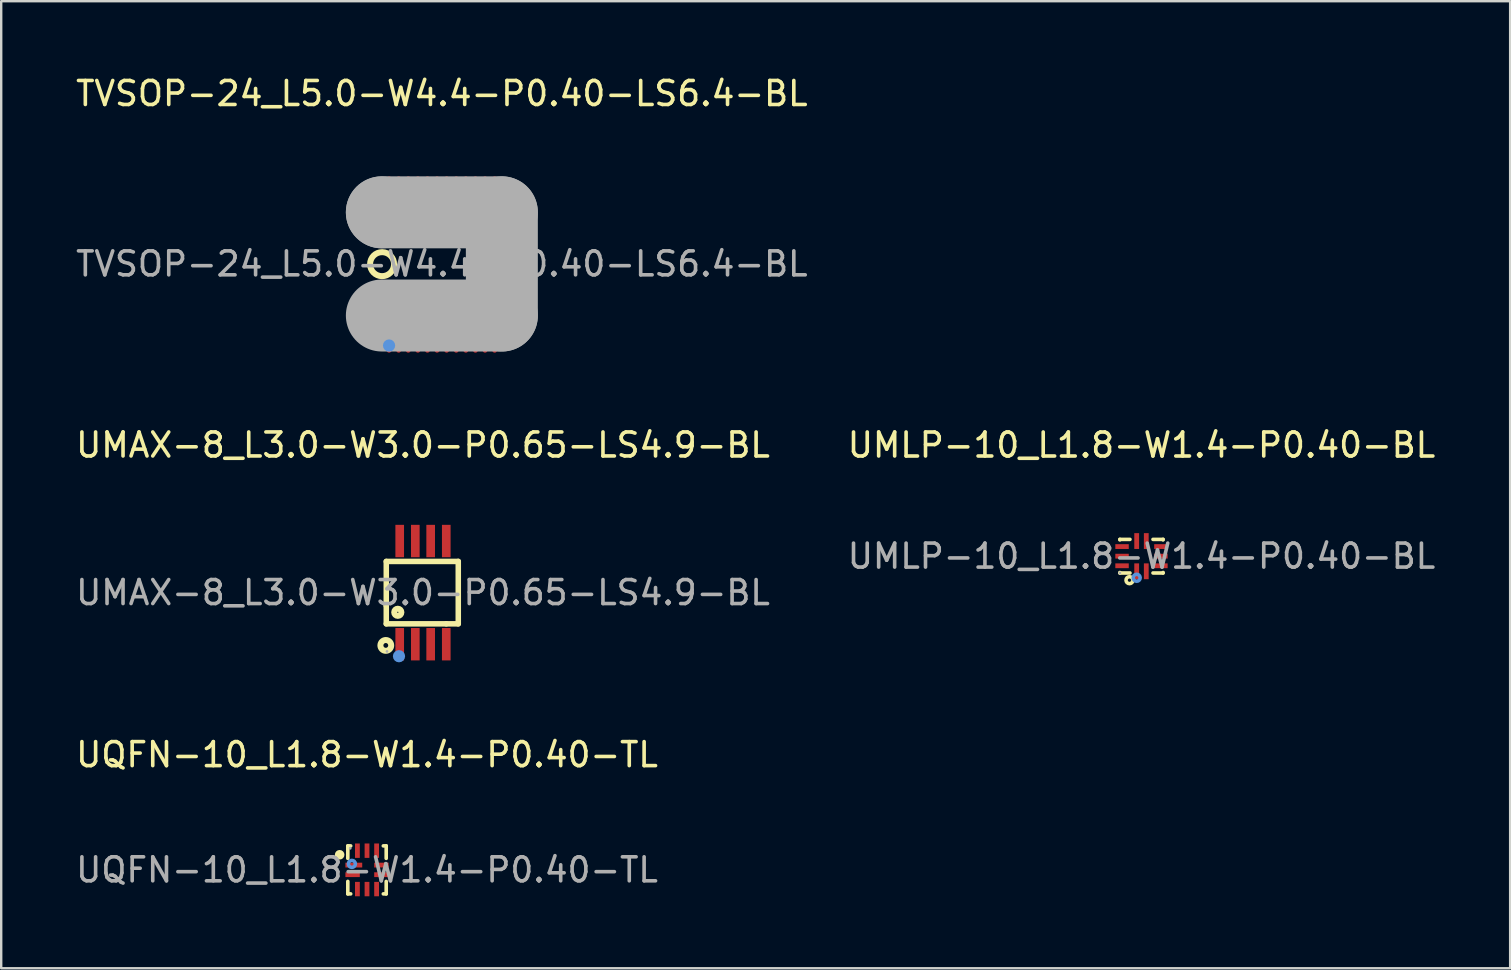
<source format=kicad_pcb>
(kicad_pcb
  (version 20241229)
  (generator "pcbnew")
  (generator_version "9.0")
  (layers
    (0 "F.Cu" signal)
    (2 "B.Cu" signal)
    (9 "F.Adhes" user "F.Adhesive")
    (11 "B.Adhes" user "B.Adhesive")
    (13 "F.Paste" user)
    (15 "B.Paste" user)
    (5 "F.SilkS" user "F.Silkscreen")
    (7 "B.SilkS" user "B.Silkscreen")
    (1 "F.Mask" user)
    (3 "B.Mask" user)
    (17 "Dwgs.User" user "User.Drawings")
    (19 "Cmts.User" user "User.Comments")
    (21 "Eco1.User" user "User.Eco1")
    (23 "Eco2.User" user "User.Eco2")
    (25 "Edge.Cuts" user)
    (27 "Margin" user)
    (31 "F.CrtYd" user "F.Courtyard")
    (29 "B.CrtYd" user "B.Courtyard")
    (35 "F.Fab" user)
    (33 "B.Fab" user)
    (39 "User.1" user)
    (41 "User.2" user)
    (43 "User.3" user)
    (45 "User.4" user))
  (footprint "UMAX-8_L3.0-W3.0-P0.65-LS4.9-BL"
    (layer "F.Cu")
    (at 14.577 21.646)
    (property "Reference" "UMAX-8_L3.0-W3.0-P0.65-LS4.9-BL" (at 0 -6.15 0) (layer "F.SilkS") (effects (font (size 1 1) (thickness 0.15))))
    (attr through_hole)
    (fp_line (start -1.53 -1.3) (end -1.53 0.55) (stroke (width 0.23) (type solid)) (layer "F.SilkS"))
    (fp_line (start -1.53 0.55) (end -1.53 1.3) (stroke (width 0.23) (type solid)) (layer "F.SilkS"))
    (fp_line (start -1.53 1.3) (end 0.97 1.3) (stroke (width 0.23) (type solid)) (layer "F.SilkS"))
    (fp_line (start 0.97 1.3) (end 1.47 1.3) (stroke (width 0.23) (type solid)) (layer "F.SilkS"))
    (fp_line (start 1.47 -1.3) (end -1.53 -1.3) (stroke (width 0.23) (type solid)) (layer "F.SilkS"))
    (fp_line (start 1.47 1.3) (end 1.47 -1.3) (stroke (width 0.23) (type solid)) (layer "F.SilkS"))
    (fp_circle (center -1.55 2.2) (end -1.45 2.2) (stroke (width 0.25) (type solid)) (fill no) (layer "F.SilkS"))
    (fp_circle (center -1.05 0.82) (end -0.9 0.82) (stroke (width 0.25) (type solid)) (fill no) (layer "F.SilkS"))
    (fp_circle (center -1 2.65) (end -0.87 2.65) (stroke (width 0.25) (type solid)) (fill no) (layer "Cmts.User"))
    (fp_circle (center -1.5 2.45) (end -1.47 2.45) (stroke (width 0.06) (type solid)) (fill no) (layer "F.Fab"))
    (fp_text user "${REFERENCE}" (at 0 0 0) (layer "F.Fab") (effects (font (size 1 1) (thickness 0.15))))
    (pad "1" smd rect (at -0.97 2.15) (size 0.36 1.35) (layers "F.Cu" "F.Mask" "F.Paste"))
    (pad "2" smd rect (at -0.32 2.15) (size 0.36 1.35) (layers "F.Cu" "F.Mask" "F.Paste"))
    (pad "3" smd rect (at 0.32 2.15) (size 0.36 1.35) (layers "F.Cu" "F.Mask" "F.Paste"))
    (pad "4" smd rect (at 0.97 2.15) (size 0.36 1.35) (layers "F.Cu" "F.Mask" "F.Paste"))
    (pad "5" smd rect (at 0.97 -2.15) (size 0.36 1.35) (layers "F.Cu" "F.Mask" "F.Paste"))
    (pad "6" smd rect (at 0.32 -2.15) (size 0.36 1.35) (layers "F.Cu" "F.Mask" "F.Paste"))
    (pad "7" smd rect (at -0.32 -2.15) (size 0.36 1.35) (layers "F.Cu" "F.Mask" "F.Paste"))
    (pad "8" smd rect (at -0.97 -2.15) (size 0.36 1.35) (layers "F.Cu" "F.Mask" "F.Paste")))
  (footprint "TVSOP-24_L5.0-W4.4-P0.40-LS6.4-BL"
    (layer "F.Cu")
    (at 15.363 7.948)
    (property "Reference" "TVSOP-24_L5.0-W4.4-P0.40-LS6.4-BL" (at 0 -7.1 0) (layer "F.SilkS") (effects (font (size 1 1) (thickness 0.15))))
    (attr through_hole)
    (fp_arc (start -2.82 2.34) (mid -2.82 2.34) (end -2.82 2.34) (stroke (width 0.3) (type solid)) (layer "F.SilkS"))
    (fp_arc (start -2.481274 -0.489924) (mid -2.494363 0.509981) (end -2.49 -0.49) (stroke (width 0.25) (type solid)) (layer "F.SilkS"))
    (fp_circle (center -2.2 3.4) (end -2.07 3.4) (stroke (width 0.25) (type solid)) (fill no) (layer "Cmts.User"))
    (fp_line (start -2.5 -2.15) (end -2.5 -2.15) (stroke (width 3) (type solid)) (layer "F.Fab"))
    (fp_line (start -2.5 -2.15) (end 2.5 -2.15) (stroke (width 3) (type solid)) (layer "F.Fab"))
    (fp_line (start 2.5 -2.15) (end 2.5 2.15) (stroke (width 3) (type solid)) (layer "F.Fab"))
    (fp_line (start 2.5 2.15) (end -2.5 2.15) (stroke (width 3) (type solid)) (layer "F.Fab"))
    (fp_circle (center -2.5 3.2) (end -2.47 3.2) (stroke (width 0.06) (type solid)) (fill no) (layer "F.Fab"))
    (fp_text user "${REFERENCE}" (at 0 0 0) (layer "F.Fab") (effects (font (size 1 1) (thickness 0.15))))
    (pad "1" smd oval (at -2.2 3.1 180) (size 0.2 1.2) (layers "F.Cu" "F.Mask" "F.Paste"))
    (pad "2" smd oval (at -1.8 3.1 180) (size 0.2 1.2) (layers "F.Cu" "F.Mask" "F.Paste"))
    (pad "3" smd oval (at -1.4 3.1 180) (size 0.2 1.2) (layers "F.Cu" "F.Mask" "F.Paste"))
    (pad "4" smd oval (at -1 3.1 180) (size 0.2 1.2) (layers "F.Cu" "F.Mask" "F.Paste"))
    (pad "5" smd oval (at -0.6 3.1 180) (size 0.2 1.2) (layers "F.Cu" "F.Mask" "F.Paste"))
    (pad "6" smd oval (at -0.2 3.1 180) (size 0.2 1.2) (layers "F.Cu" "F.Mask" "F.Paste"))
    (pad "7" smd oval (at 0.2 3.1 180) (size 0.2 1.2) (layers "F.Cu" "F.Mask" "F.Paste"))
    (pad "8" smd oval (at 0.6 3.1 180) (size 0.2 1.2) (layers "F.Cu" "F.Mask" "F.Paste"))
    (pad "9" smd oval (at 1 3.1 180) (size 0.2 1.2) (layers "F.Cu" "F.Mask" "F.Paste"))
    (pad "10" smd oval (at 1.4 3.1 180) (size 0.2 1.2) (layers "F.Cu" "F.Mask" "F.Paste"))
    (pad "11" smd oval (at 1.8 3.1 180) (size 0.2 1.2) (layers "F.Cu" "F.Mask" "F.Paste"))
    (pad "12" smd oval (at 2.2 3.1 180) (size 0.2 1.2) (layers "F.Cu" "F.Mask" "F.Paste"))
    (pad "13" smd oval (at 2.2 -3.1 180) (size 0.2 1.1) (layers "F.Cu" "F.Mask" "F.Paste"))
    (pad "14" smd oval (at 1.8 -3.1 180) (size 0.2 1.1) (layers "F.Cu" "F.Mask" "F.Paste"))
    (pad "15" smd oval (at 1.4 -3.1 180) (size 0.2 1.1) (layers "F.Cu" "F.Mask" "F.Paste"))
    (pad "16" smd oval (at 1 -3.1 180) (size 0.2 1.1) (layers "F.Cu" "F.Mask" "F.Paste"))
    (pad "17" smd oval (at 0.6 -3.1 180) (size 0.2 1.1) (layers "F.Cu" "F.Mask" "F.Paste"))
    (pad "18" smd oval (at 0.2 -3.1 180) (size 0.2 1.1) (layers "F.Cu" "F.Mask" "F.Paste"))
    (pad "19" smd oval (at -0.2 -3.1 180) (size 0.2 1.1) (layers "F.Cu" "F.Mask" "F.Paste"))
    (pad "20" smd oval (at -0.6 -3.1 180) (size 0.2 1.1) (layers "F.Cu" "F.Mask" "F.Paste"))
    (pad "21" smd oval (at -1 -3.1 180) (size 0.2 1.1) (layers "F.Cu" "F.Mask" "F.Paste"))
    (pad "22" smd oval (at -1.4 -3.1 180) (size 0.2 1.1) (layers "F.Cu" "F.Mask" "F.Paste"))
    (pad "23" smd oval (at -1.8 -3.1 180) (size 0.2 1.1) (layers "F.Cu" "F.Mask" "F.Paste"))
    (pad "24" smd oval (at -2.2 -3.1 180) (size 0.2 1.1) (layers "F.Cu" "F.Mask" "F.Paste")))
  (footprint "UMLP-10_L1.8-W1.4-P0.40-BL"
    (layer "F.Cu")
    (at 44.518 20.127)
    (property "Reference" "UMLP-10_L1.8-W1.4-P0.40-BL" (at 0 -4.63 0) (layer "F.SilkS") (effects (font (size 1 1) (thickness 0.15))))
    (attr through_hole)
    (fp_line (start -0.9 -0.7) (end -0.9 -0.68) (stroke (width 0.15) (type solid)) (layer "F.SilkS"))
    (fp_line (start -0.9 0.68) (end -0.9 0.7) (stroke (width 0.15) (type solid)) (layer "F.SilkS"))
    (fp_line (start -0.9 0.7) (end -0.48 0.7) (stroke (width 0.15) (type solid)) (layer "F.SilkS"))
    (fp_line (start -0.48 -0.7) (end -0.9 -0.7) (stroke (width 0.15) (type solid)) (layer "F.SilkS"))
    (fp_line (start 0.48 0.7) (end 0.9 0.7) (stroke (width 0.15) (type solid)) (layer "F.SilkS"))
    (fp_line (start 0.9 -0.7) (end 0.48 -0.7) (stroke (width 0.15) (type solid)) (layer "F.SilkS"))
    (fp_line (start 0.9 -0.68) (end 0.9 -0.7) (stroke (width 0.15) (type solid)) (layer "F.SilkS"))
    (fp_line (start 0.9 0.7) (end 0.9 0.68) (stroke (width 0.15) (type solid)) (layer "F.SilkS"))
    (fp_circle (center -0.5 1) (end -0.43 1) (stroke (width 0.15) (type solid)) (fill no) (layer "F.SilkS"))
    (fp_circle (center -0.2 0.9) (end -0.13 0.9) (stroke (width 0.15) (type solid)) (fill no) (layer "Cmts.User"))
    (fp_circle (center -0.9 0.7) (end -0.87 0.7) (stroke (width 0.06) (type solid)) (fill no) (layer "F.Fab"))
    (fp_text user "${REFERENCE}" (at 0 0 0) (layer "F.Fab") (effects (font (size 1 1) (thickness 0.15))))
    (pad "1" smd rect (at -0.2 0.63) (size 0.2 0.66) (layers "F.Cu" "F.Mask" "F.Paste"))
    (pad "2" smd rect (at 0.2 0.63) (size 0.2 0.66) (layers "F.Cu" "F.Mask" "F.Paste"))
    (pad "3" smd rect (at 0.81 0.4) (size 0.56 0.2) (layers "F.Cu" "F.Mask" "F.Paste"))
    (pad "4" smd rect (at 0.81 0) (size 0.56 0.2) (layers "F.Cu" "F.Mask" "F.Paste"))
    (pad "5" smd rect (at 0.81 -0.4) (size 0.56 0.2) (layers "F.Cu" "F.Mask" "F.Paste"))
    (pad "6" smd rect (at 0.2 -0.63) (size 0.2 0.66) (layers "F.Cu" "F.Mask" "F.Paste"))
    (pad "7" smd rect (at -0.2 -0.63) (size 0.2 0.66) (layers "F.Cu" "F.Mask" "F.Paste"))
    (pad "8" smd rect (at -0.81 -0.4) (size 0.56 0.2) (layers "F.Cu" "F.Mask" "F.Paste"))
    (pad "9" smd rect (at -0.81 0) (size 0.56 0.2) (layers "F.Cu" "F.Mask" "F.Paste"))
    (pad "10" smd rect (at -0.81 0.4) (size 0.56 0.2) (layers "F.Cu" "F.Mask" "F.Paste")))
  (footprint "UQFN-10_L1.8-W1.4-P0.40-TL"
    (layer "F.Cu")
    (at 12.244 33.2)
    (property "Reference" "UQFN-10_L1.8-W1.4-P0.40-TL" (at 0 -4.8 0) (layer "F.SilkS") (effects (font (size 1 1) (thickness 0.15))))
    (attr through_hole)
    (fp_line (start -0.8 -1) (end -0.68 -1) (stroke (width 0.15) (type solid)) (layer "F.SilkS"))
    (fp_line (start -0.8 -0.48) (end -0.8 -1) (stroke (width 0.15) (type solid)) (layer "F.SilkS"))
    (fp_line (start -0.8 1) (end -0.8 0.48) (stroke (width 0.15) (type solid)) (layer "F.SilkS"))
    (fp_line (start -0.68 1) (end -0.8 1) (stroke (width 0.15) (type solid)) (layer "F.SilkS"))
    (fp_line (start 0.68 -1) (end 0.8 -1) (stroke (width 0.15) (type solid)) (layer "F.SilkS"))
    (fp_line (start 0.8 -1) (end 0.8 -0.48) (stroke (width 0.15) (type solid)) (layer "F.SilkS"))
    (fp_line (start 0.8 0.48) (end 0.8 1) (stroke (width 0.15) (type solid)) (layer "F.SilkS"))
    (fp_line (start 0.8 1) (end 0.68 1) (stroke (width 0.15) (type solid)) (layer "F.SilkS"))
    (fp_circle (center -1.14 -0.63) (end -1.04 -0.63) (stroke (width 0.2) (type solid)) (fill no) (layer "F.SilkS"))
    (fp_circle (center -0.63 -0.25) (end -0.56 -0.25) (stroke (width 0.15) (type solid)) (fill no) (layer "Cmts.User"))
    (fp_circle (center -0.7 -0.9) (end -0.67 -0.9) (stroke (width 0.06) (type solid)) (fill no) (layer "F.Fab"))
    (fp_text user "${REFERENCE}" (at 0 0 0) (layer "F.Fab") (effects (font (size 1 1) (thickness 0.15))))
    (pad "1" smd rect (at -0.55 -0.2) (size 0.7 0.2) (layers "F.Cu" "F.Mask" "F.Paste"))
    (pad "2" smd rect (at -0.6 0.2) (size 0.6 0.2) (layers "F.Cu" "F.Mask" "F.Paste"))
    (pad "3" smd rect (at -0.4 0.8) (size 0.2 0.6) (layers "F.Cu" "F.Mask" "F.Paste"))
    (pad "4" smd rect (at 0 0.8) (size 0.2 0.6) (layers "F.Cu" "F.Mask" "F.Paste"))
    (pad "5" smd rect (at 0.4 0.8) (size 0.2 0.6) (layers "F.Cu" "F.Mask" "F.Paste"))
    (pad "6" smd rect (at 0.6 0.2) (size 0.6 0.2) (layers "F.Cu" "F.Mask" "F.Paste"))
    (pad "7" smd rect (at 0.6 -0.2) (size 0.6 0.2) (layers "F.Cu" "F.Mask" "F.Paste"))
    (pad "8" smd rect (at 0.4 -0.8) (size 0.2 0.6) (layers "F.Cu" "F.Mask" "F.Paste"))
    (pad "9" smd rect (at 0 -0.8) (size 0.2 0.6) (layers "F.Cu" "F.Mask" "F.Paste"))
    (pad "10" smd rect (at -0.4 -0.8) (size 0.2 0.6) (layers "F.Cu" "F.Mask" "F.Paste")))
  (gr_rect
    (start -3 -3)
    (end 59.881 37.3)
    (stroke (width 0.1) (type default))
    (fill no)
    (layer "Edge.Cuts")))
</source>
